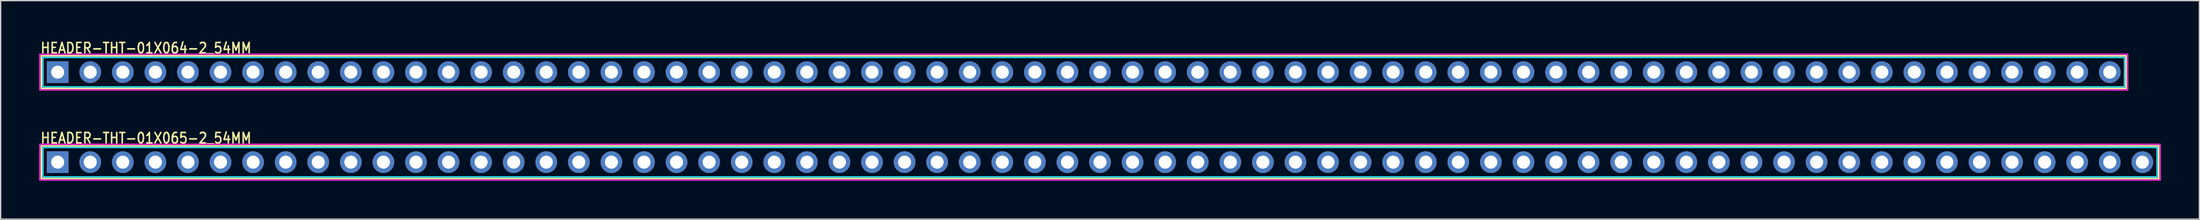
<source format=kicad_pcb>
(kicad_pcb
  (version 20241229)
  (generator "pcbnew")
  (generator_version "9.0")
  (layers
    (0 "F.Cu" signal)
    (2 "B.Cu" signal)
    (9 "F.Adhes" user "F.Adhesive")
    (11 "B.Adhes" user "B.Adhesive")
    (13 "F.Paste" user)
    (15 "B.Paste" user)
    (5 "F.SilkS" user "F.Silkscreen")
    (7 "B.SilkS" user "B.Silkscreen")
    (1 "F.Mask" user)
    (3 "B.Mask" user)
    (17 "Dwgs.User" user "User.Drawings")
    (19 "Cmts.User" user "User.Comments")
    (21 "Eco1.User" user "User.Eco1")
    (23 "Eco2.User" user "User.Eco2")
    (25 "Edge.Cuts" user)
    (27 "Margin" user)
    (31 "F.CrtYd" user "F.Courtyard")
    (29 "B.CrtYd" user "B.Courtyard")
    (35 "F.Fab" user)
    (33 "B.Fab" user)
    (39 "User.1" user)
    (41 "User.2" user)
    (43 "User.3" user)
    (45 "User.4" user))
  (footprint "HEADER-THT-01X064-2_54MM"
    (layer "F.Cu")
    (at 1.447 2.579)
    (property "Reference" "HEADER-THT-01X064-2_54MM" (at -1.4 -1.4 0) (unlocked yes) (layer "F.SilkS") (effects (font (size 0.813 0.695) (thickness 0.122)) (justify left bottom)))
    (fp_line (start -1.27 -1.27) (end -1.27 1.27) (stroke (width 0.127) (type solid)) (layer "F.SilkS"))
    (fp_line (start -1.27 1.27) (end 161.29 1.27) (stroke (width 0.127) (type solid)) (layer "F.SilkS"))
    (fp_line (start 161.29 -1.27) (end -1.27 -1.27) (stroke (width 0.127) (type solid)) (layer "F.SilkS"))
    (fp_line (start 161.29 1.27) (end 161.29 -1.27) (stroke (width 0.127) (type solid)) (layer "F.SilkS"))
    (fp_poly (pts (xy -1.143 -1.143) (xy 161.163 -1.143) (xy 161.163 1.143) (xy -1.143 1.143)) (stroke (width 0.1) (type solid)) (fill no) (layer "B.CrtYd"))
    (fp_poly (pts (xy -1.397 -1.397) (xy 161.417 -1.397) (xy 161.417 1.397) (xy -1.397 1.397)) (stroke (width 0.1) (type solid)) (fill no) (layer "F.CrtYd"))
    (pad "1" thru_hole rect (at 0 0) (size 1.693 1.693) (drill 1.016) (layers "*.Cu" "*.Mask"))
    (pad "2" thru_hole oval (at 2.54 0) (size 1.693 1.693) (drill 1.016) (layers "*.Cu" "*.Mask"))
    (pad "3" thru_hole oval (at 5.08 0) (size 1.693 1.693) (drill 1.016) (layers "*.Cu" "*.Mask"))
    (pad "4" thru_hole oval (at 7.62 0) (size 1.693 1.693) (drill 1.016) (layers "*.Cu" "*.Mask"))
    (pad "5" thru_hole oval (at 10.16 0) (size 1.693 1.693) (drill 1.016) (layers "*.Cu" "*.Mask"))
    (pad "6" thru_hole oval (at 12.7 0) (size 1.693 1.693) (drill 1.016) (layers "*.Cu" "*.Mask"))
    (pad "7" thru_hole oval (at 15.24 0) (size 1.693 1.693) (drill 1.016) (layers "*.Cu" "*.Mask"))
    (pad "8" thru_hole oval (at 17.78 0) (size 1.693 1.693) (drill 1.016) (layers "*.Cu" "*.Mask"))
    (pad "9" thru_hole oval (at 20.32 0) (size 1.693 1.693) (drill 1.016) (layers "*.Cu" "*.Mask"))
    (pad "10" thru_hole oval (at 22.86 0) (size 1.693 1.693) (drill 1.016) (layers "*.Cu" "*.Mask"))
    (pad "11" thru_hole oval (at 25.4 0) (size 1.693 1.693) (drill 1.016) (layers "*.Cu" "*.Mask"))
    (pad "12" thru_hole oval (at 27.94 0) (size 1.693 1.693) (drill 1.016) (layers "*.Cu" "*.Mask"))
    (pad "13" thru_hole oval (at 30.48 0) (size 1.693 1.693) (drill 1.016) (layers "*.Cu" "*.Mask"))
    (pad "14" thru_hole oval (at 33.02 0) (size 1.693 1.693) (drill 1.016) (layers "*.Cu" "*.Mask"))
    (pad "15" thru_hole oval (at 35.56 0) (size 1.693 1.693) (drill 1.016) (layers "*.Cu" "*.Mask"))
    (pad "16" thru_hole oval (at 38.1 0) (size 1.693 1.693) (drill 1.016) (layers "*.Cu" "*.Mask"))
    (pad "17" thru_hole oval (at 40.64 0) (size 1.693 1.693) (drill 1.016) (layers "*.Cu" "*.Mask"))
    (pad "18" thru_hole oval (at 43.18 0) (size 1.693 1.693) (drill 1.016) (layers "*.Cu" "*.Mask"))
    (pad "19" thru_hole oval (at 45.72 0) (size 1.693 1.693) (drill 1.016) (layers "*.Cu" "*.Mask"))
    (pad "20" thru_hole oval (at 48.26 0) (size 1.693 1.693) (drill 1.016) (layers "*.Cu" "*.Mask"))
    (pad "21" thru_hole oval (at 50.8 0) (size 1.693 1.693) (drill 1.016) (layers "*.Cu" "*.Mask"))
    (pad "22" thru_hole oval (at 53.34 0) (size 1.693 1.693) (drill 1.016) (layers "*.Cu" "*.Mask"))
    (pad "23" thru_hole oval (at 55.88 0) (size 1.693 1.693) (drill 1.016) (layers "*.Cu" "*.Mask"))
    (pad "24" thru_hole oval (at 58.42 0) (size 1.693 1.693) (drill 1.016) (layers "*.Cu" "*.Mask"))
    (pad "25" thru_hole oval (at 60.96 0) (size 1.693 1.693) (drill 1.016) (layers "*.Cu" "*.Mask"))
    (pad "26" thru_hole oval (at 63.5 0) (size 1.693 1.693) (drill 1.016) (layers "*.Cu" "*.Mask"))
    (pad "27" thru_hole oval (at 66.04 0) (size 1.693 1.693) (drill 1.016) (layers "*.Cu" "*.Mask"))
    (pad "28" thru_hole oval (at 68.58 0) (size 1.693 1.693) (drill 1.016) (layers "*.Cu" "*.Mask"))
    (pad "29" thru_hole oval (at 71.12 0) (size 1.693 1.693) (drill 1.016) (layers "*.Cu" "*.Mask"))
    (pad "30" thru_hole oval (at 73.66 0) (size 1.693 1.693) (drill 1.016) (layers "*.Cu" "*.Mask"))
    (pad "31" thru_hole oval (at 76.2 0) (size 1.693 1.693) (drill 1.016) (layers "*.Cu" "*.Mask"))
    (pad "32" thru_hole oval (at 78.74 0) (size 1.693 1.693) (drill 1.016) (layers "*.Cu" "*.Mask"))
    (pad "33" thru_hole oval (at 81.28 0) (size 1.693 1.693) (drill 1.016) (layers "*.Cu" "*.Mask"))
    (pad "34" thru_hole oval (at 83.82 0) (size 1.693 1.693) (drill 1.016) (layers "*.Cu" "*.Mask"))
    (pad "35" thru_hole oval (at 86.36 0) (size 1.693 1.693) (drill 1.016) (layers "*.Cu" "*.Mask"))
    (pad "36" thru_hole oval (at 88.9 0) (size 1.693 1.693) (drill 1.016) (layers "*.Cu" "*.Mask"))
    (pad "37" thru_hole oval (at 91.44 0) (size 1.693 1.693) (drill 1.016) (layers "*.Cu" "*.Mask"))
    (pad "38" thru_hole oval (at 93.98 0) (size 1.693 1.693) (drill 1.016) (layers "*.Cu" "*.Mask"))
    (pad "39" thru_hole oval (at 96.52 0) (size 1.693 1.693) (drill 1.016) (layers "*.Cu" "*.Mask"))
    (pad "40" thru_hole oval (at 99.06 0) (size 1.693 1.693) (drill 1.016) (layers "*.Cu" "*.Mask"))
    (pad "41" thru_hole oval (at 101.6 0) (size 1.693 1.693) (drill 1.016) (layers "*.Cu" "*.Mask"))
    (pad "42" thru_hole oval (at 104.14 0) (size 1.693 1.693) (drill 1.016) (layers "*.Cu" "*.Mask"))
    (pad "43" thru_hole oval (at 106.68 0) (size 1.693 1.693) (drill 1.016) (layers "*.Cu" "*.Mask"))
    (pad "44" thru_hole oval (at 109.22 0) (size 1.693 1.693) (drill 1.016) (layers "*.Cu" "*.Mask"))
    (pad "45" thru_hole oval (at 111.76 0) (size 1.693 1.693) (drill 1.016) (layers "*.Cu" "*.Mask"))
    (pad "46" thru_hole oval (at 114.3 0) (size 1.693 1.693) (drill 1.016) (layers "*.Cu" "*.Mask"))
    (pad "47" thru_hole oval (at 116.84 0) (size 1.693 1.693) (drill 1.016) (layers "*.Cu" "*.Mask"))
    (pad "48" thru_hole oval (at 119.38 0) (size 1.693 1.693) (drill 1.016) (layers "*.Cu" "*.Mask"))
    (pad "49" thru_hole oval (at 121.92 0) (size 1.693 1.693) (drill 1.016) (layers "*.Cu" "*.Mask"))
    (pad "50" thru_hole oval (at 124.46 0) (size 1.693 1.693) (drill 1.016) (layers "*.Cu" "*.Mask"))
    (pad "51" thru_hole oval (at 127 0) (size 1.693 1.693) (drill 1.016) (layers "*.Cu" "*.Mask"))
    (pad "52" thru_hole oval (at 129.54 0) (size 1.693 1.693) (drill 1.016) (layers "*.Cu" "*.Mask"))
    (pad "53" thru_hole oval (at 132.08 0) (size 1.693 1.693) (drill 1.016) (layers "*.Cu" "*.Mask"))
    (pad "54" thru_hole oval (at 134.62 0) (size 1.693 1.693) (drill 1.016) (layers "*.Cu" "*.Mask"))
    (pad "55" thru_hole oval (at 137.16 0) (size 1.693 1.693) (drill 1.016) (layers "*.Cu" "*.Mask"))
    (pad "56" thru_hole oval (at 139.7 0) (size 1.693 1.693) (drill 1.016) (layers "*.Cu" "*.Mask"))
    (pad "57" thru_hole oval (at 142.24 0) (size 1.693 1.693) (drill 1.016) (layers "*.Cu" "*.Mask"))
    (pad "58" thru_hole oval (at 144.78 0) (size 1.693 1.693) (drill 1.016) (layers "*.Cu" "*.Mask"))
    (pad "59" thru_hole oval (at 147.32 0) (size 1.693 1.693) (drill 1.016) (layers "*.Cu" "*.Mask"))
    (pad "60" thru_hole oval (at 149.86 0) (size 1.693 1.693) (drill 1.016) (layers "*.Cu" "*.Mask"))
    (pad "61" thru_hole oval (at 152.4 0) (size 1.693 1.693) (drill 1.016) (layers "*.Cu" "*.Mask"))
    (pad "62" thru_hole oval (at 154.94 0) (size 1.693 1.693) (drill 1.016) (layers "*.Cu" "*.Mask"))
    (pad "63" thru_hole oval (at 157.48 0) (size 1.693 1.693) (drill 1.016) (layers "*.Cu" "*.Mask"))
    (pad "64" thru_hole oval (at 160.02 0) (size 1.693 1.693) (drill 1.016) (layers "*.Cu" "*.Mask")))
  (footprint "HEADER-THT-01X065-2_54MM"
    (layer "F.Cu")
    (at 1.447 9.604)
    (property "Reference" "HEADER-THT-01X065-2_54MM" (at -1.4 -1.4 0) (unlocked yes) (layer "F.SilkS") (effects (font (size 0.813 0.695) (thickness 0.122)) (justify left bottom)))
    (fp_line (start -1.27 -1.27) (end -1.27 1.27) (stroke (width 0.127) (type solid)) (layer "F.SilkS"))
    (fp_line (start -1.27 1.27) (end 163.83 1.27) (stroke (width 0.127) (type solid)) (layer "F.SilkS"))
    (fp_line (start 163.83 -1.27) (end -1.27 -1.27) (stroke (width 0.127) (type solid)) (layer "F.SilkS"))
    (fp_line (start 163.83 1.27) (end 163.83 -1.27) (stroke (width 0.127) (type solid)) (layer "F.SilkS"))
    (fp_poly (pts (xy -1.143 -1.143) (xy 163.703 -1.143) (xy 163.703 1.143) (xy -1.143 1.143)) (stroke (width 0.1) (type solid)) (fill no) (layer "B.CrtYd"))
    (fp_poly (pts (xy -1.397 -1.397) (xy 163.957 -1.397) (xy 163.957 1.397) (xy -1.397 1.397)) (stroke (width 0.1) (type solid)) (fill no) (layer "F.CrtYd"))
    (pad "1" thru_hole rect (at 0 0) (size 1.693 1.693) (drill 1.016) (layers "*.Cu" "*.Mask"))
    (pad "2" thru_hole oval (at 2.54 0) (size 1.693 1.693) (drill 1.016) (layers "*.Cu" "*.Mask"))
    (pad "3" thru_hole oval (at 5.08 0) (size 1.693 1.693) (drill 1.016) (layers "*.Cu" "*.Mask"))
    (pad "4" thru_hole oval (at 7.62 0) (size 1.693 1.693) (drill 1.016) (layers "*.Cu" "*.Mask"))
    (pad "5" thru_hole oval (at 10.16 0) (size 1.693 1.693) (drill 1.016) (layers "*.Cu" "*.Mask"))
    (pad "6" thru_hole oval (at 12.7 0) (size 1.693 1.693) (drill 1.016) (layers "*.Cu" "*.Mask"))
    (pad "7" thru_hole oval (at 15.24 0) (size 1.693 1.693) (drill 1.016) (layers "*.Cu" "*.Mask"))
    (pad "8" thru_hole oval (at 17.78 0) (size 1.693 1.693) (drill 1.016) (layers "*.Cu" "*.Mask"))
    (pad "9" thru_hole oval (at 20.32 0) (size 1.693 1.693) (drill 1.016) (layers "*.Cu" "*.Mask"))
    (pad "10" thru_hole oval (at 22.86 0) (size 1.693 1.693) (drill 1.016) (layers "*.Cu" "*.Mask"))
    (pad "11" thru_hole oval (at 25.4 0) (size 1.693 1.693) (drill 1.016) (layers "*.Cu" "*.Mask"))
    (pad "12" thru_hole oval (at 27.94 0) (size 1.693 1.693) (drill 1.016) (layers "*.Cu" "*.Mask"))
    (pad "13" thru_hole oval (at 30.48 0) (size 1.693 1.693) (drill 1.016) (layers "*.Cu" "*.Mask"))
    (pad "14" thru_hole oval (at 33.02 0) (size 1.693 1.693) (drill 1.016) (layers "*.Cu" "*.Mask"))
    (pad "15" thru_hole oval (at 35.56 0) (size 1.693 1.693) (drill 1.016) (layers "*.Cu" "*.Mask"))
    (pad "16" thru_hole oval (at 38.1 0) (size 1.693 1.693) (drill 1.016) (layers "*.Cu" "*.Mask"))
    (pad "17" thru_hole oval (at 40.64 0) (size 1.693 1.693) (drill 1.016) (layers "*.Cu" "*.Mask"))
    (pad "18" thru_hole oval (at 43.18 0) (size 1.693 1.693) (drill 1.016) (layers "*.Cu" "*.Mask"))
    (pad "19" thru_hole oval (at 45.72 0) (size 1.693 1.693) (drill 1.016) (layers "*.Cu" "*.Mask"))
    (pad "20" thru_hole oval (at 48.26 0) (size 1.693 1.693) (drill 1.016) (layers "*.Cu" "*.Mask"))
    (pad "21" thru_hole oval (at 50.8 0) (size 1.693 1.693) (drill 1.016) (layers "*.Cu" "*.Mask"))
    (pad "22" thru_hole oval (at 53.34 0) (size 1.693 1.693) (drill 1.016) (layers "*.Cu" "*.Mask"))
    (pad "23" thru_hole oval (at 55.88 0) (size 1.693 1.693) (drill 1.016) (layers "*.Cu" "*.Mask"))
    (pad "24" thru_hole oval (at 58.42 0) (size 1.693 1.693) (drill 1.016) (layers "*.Cu" "*.Mask"))
    (pad "25" thru_hole oval (at 60.96 0) (size 1.693 1.693) (drill 1.016) (layers "*.Cu" "*.Mask"))
    (pad "26" thru_hole oval (at 63.5 0) (size 1.693 1.693) (drill 1.016) (layers "*.Cu" "*.Mask"))
    (pad "27" thru_hole oval (at 66.04 0) (size 1.693 1.693) (drill 1.016) (layers "*.Cu" "*.Mask"))
    (pad "28" thru_hole oval (at 68.58 0) (size 1.693 1.693) (drill 1.016) (layers "*.Cu" "*.Mask"))
    (pad "29" thru_hole oval (at 71.12 0) (size 1.693 1.693) (drill 1.016) (layers "*.Cu" "*.Mask"))
    (pad "30" thru_hole oval (at 73.66 0) (size 1.693 1.693) (drill 1.016) (layers "*.Cu" "*.Mask"))
    (pad "31" thru_hole oval (at 76.2 0) (size 1.693 1.693) (drill 1.016) (layers "*.Cu" "*.Mask"))
    (pad "32" thru_hole oval (at 78.74 0) (size 1.693 1.693) (drill 1.016) (layers "*.Cu" "*.Mask"))
    (pad "33" thru_hole oval (at 81.28 0) (size 1.693 1.693) (drill 1.016) (layers "*.Cu" "*.Mask"))
    (pad "34" thru_hole oval (at 83.82 0) (size 1.693 1.693) (drill 1.016) (layers "*.Cu" "*.Mask"))
    (pad "35" thru_hole oval (at 86.36 0) (size 1.693 1.693) (drill 1.016) (layers "*.Cu" "*.Mask"))
    (pad "36" thru_hole oval (at 88.9 0) (size 1.693 1.693) (drill 1.016) (layers "*.Cu" "*.Mask"))
    (pad "37" thru_hole oval (at 91.44 0) (size 1.693 1.693) (drill 1.016) (layers "*.Cu" "*.Mask"))
    (pad "38" thru_hole oval (at 93.98 0) (size 1.693 1.693) (drill 1.016) (layers "*.Cu" "*.Mask"))
    (pad "39" thru_hole oval (at 96.52 0) (size 1.693 1.693) (drill 1.016) (layers "*.Cu" "*.Mask"))
    (pad "40" thru_hole oval (at 99.06 0) (size 1.693 1.693) (drill 1.016) (layers "*.Cu" "*.Mask"))
    (pad "41" thru_hole oval (at 101.6 0) (size 1.693 1.693) (drill 1.016) (layers "*.Cu" "*.Mask"))
    (pad "42" thru_hole oval (at 104.14 0) (size 1.693 1.693) (drill 1.016) (layers "*.Cu" "*.Mask"))
    (pad "43" thru_hole oval (at 106.68 0) (size 1.693 1.693) (drill 1.016) (layers "*.Cu" "*.Mask"))
    (pad "44" thru_hole oval (at 109.22 0) (size 1.693 1.693) (drill 1.016) (layers "*.Cu" "*.Mask"))
    (pad "45" thru_hole oval (at 111.76 0) (size 1.693 1.693) (drill 1.016) (layers "*.Cu" "*.Mask"))
    (pad "46" thru_hole oval (at 114.3 0) (size 1.693 1.693) (drill 1.016) (layers "*.Cu" "*.Mask"))
    (pad "47" thru_hole oval (at 116.84 0) (size 1.693 1.693) (drill 1.016) (layers "*.Cu" "*.Mask"))
    (pad "48" thru_hole oval (at 119.38 0) (size 1.693 1.693) (drill 1.016) (layers "*.Cu" "*.Mask"))
    (pad "49" thru_hole oval (at 121.92 0) (size 1.693 1.693) (drill 1.016) (layers "*.Cu" "*.Mask"))
    (pad "50" thru_hole oval (at 124.46 0) (size 1.693 1.693) (drill 1.016) (layers "*.Cu" "*.Mask"))
    (pad "51" thru_hole oval (at 127 0) (size 1.693 1.693) (drill 1.016) (layers "*.Cu" "*.Mask"))
    (pad "52" thru_hole oval (at 129.54 0) (size 1.693 1.693) (drill 1.016) (layers "*.Cu" "*.Mask"))
    (pad "53" thru_hole oval (at 132.08 0) (size 1.693 1.693) (drill 1.016) (layers "*.Cu" "*.Mask"))
    (pad "54" thru_hole oval (at 134.62 0) (size 1.693 1.693) (drill 1.016) (layers "*.Cu" "*.Mask"))
    (pad "55" thru_hole oval (at 137.16 0) (size 1.693 1.693) (drill 1.016) (layers "*.Cu" "*.Mask"))
    (pad "56" thru_hole oval (at 139.7 0) (size 1.693 1.693) (drill 1.016) (layers "*.Cu" "*.Mask"))
    (pad "57" thru_hole oval (at 142.24 0) (size 1.693 1.693) (drill 1.016) (layers "*.Cu" "*.Mask"))
    (pad "58" thru_hole oval (at 144.78 0) (size 1.693 1.693) (drill 1.016) (layers "*.Cu" "*.Mask"))
    (pad "59" thru_hole oval (at 147.32 0) (size 1.693 1.693) (drill 1.016) (layers "*.Cu" "*.Mask"))
    (pad "60" thru_hole oval (at 149.86 0) (size 1.693 1.693) (drill 1.016) (layers "*.Cu" "*.Mask"))
    (pad "61" thru_hole oval (at 152.4 0) (size 1.693 1.693) (drill 1.016) (layers "*.Cu" "*.Mask"))
    (pad "62" thru_hole oval (at 154.94 0) (size 1.693 1.693) (drill 1.016) (layers "*.Cu" "*.Mask"))
    (pad "63" thru_hole oval (at 157.48 0) (size 1.693 1.693) (drill 1.016) (layers "*.Cu" "*.Mask"))
    (pad "64" thru_hole oval (at 160.02 0) (size 1.693 1.693) (drill 1.016) (layers "*.Cu" "*.Mask"))
    (pad "65" thru_hole oval (at 162.56 0) (size 1.693 1.693) (drill 1.016) (layers "*.Cu" "*.Mask")))
  (gr_rect
    (start -3 -3)
    (end 168.454 14.051)
    (stroke (width 0.1) (type default))
    (fill no)
    (layer "Edge.Cuts")))
</source>
